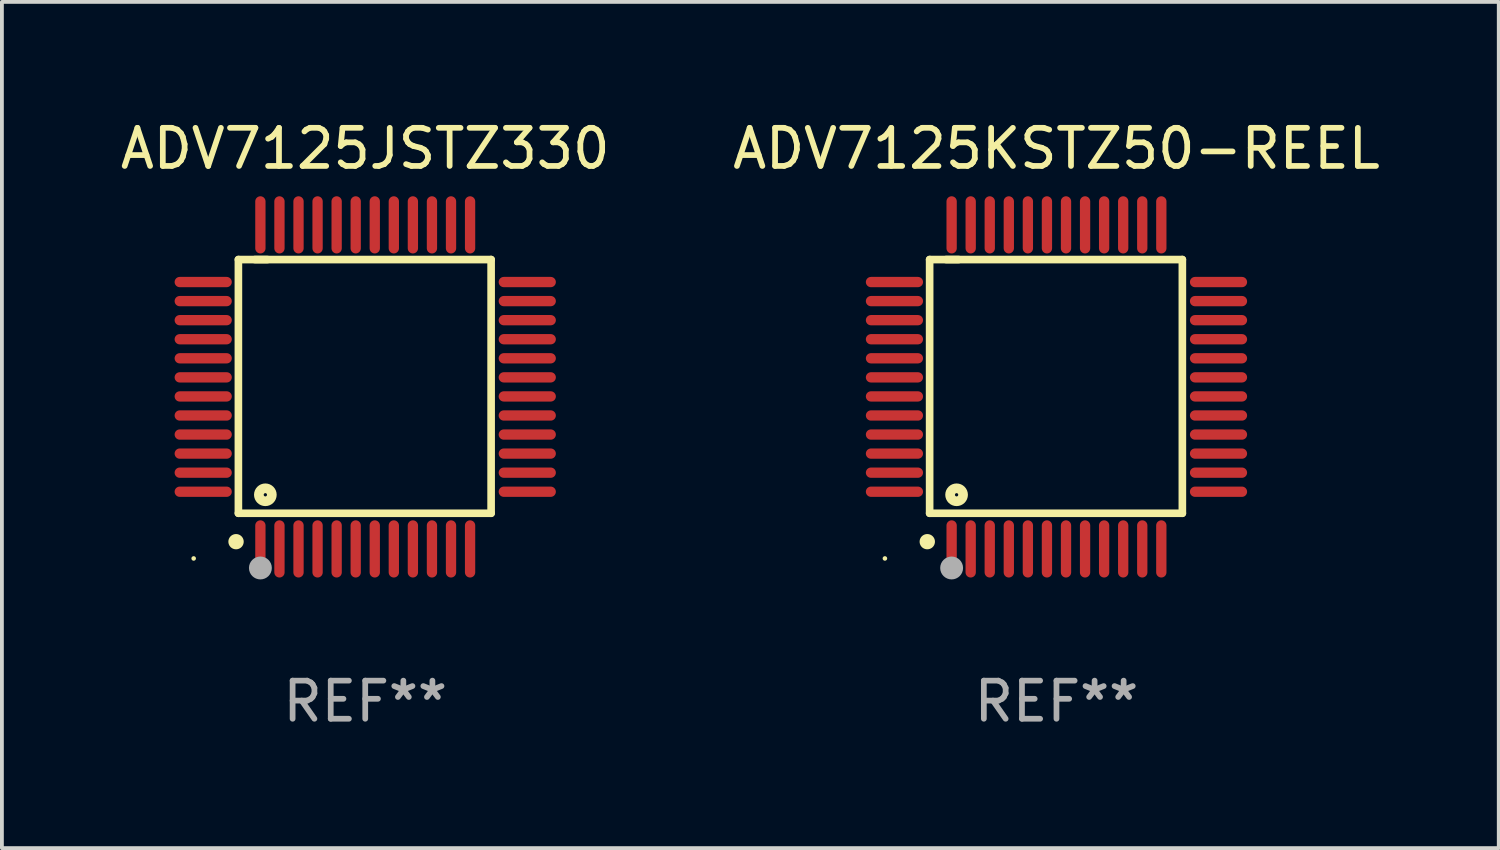
<source format=kicad_pcb>
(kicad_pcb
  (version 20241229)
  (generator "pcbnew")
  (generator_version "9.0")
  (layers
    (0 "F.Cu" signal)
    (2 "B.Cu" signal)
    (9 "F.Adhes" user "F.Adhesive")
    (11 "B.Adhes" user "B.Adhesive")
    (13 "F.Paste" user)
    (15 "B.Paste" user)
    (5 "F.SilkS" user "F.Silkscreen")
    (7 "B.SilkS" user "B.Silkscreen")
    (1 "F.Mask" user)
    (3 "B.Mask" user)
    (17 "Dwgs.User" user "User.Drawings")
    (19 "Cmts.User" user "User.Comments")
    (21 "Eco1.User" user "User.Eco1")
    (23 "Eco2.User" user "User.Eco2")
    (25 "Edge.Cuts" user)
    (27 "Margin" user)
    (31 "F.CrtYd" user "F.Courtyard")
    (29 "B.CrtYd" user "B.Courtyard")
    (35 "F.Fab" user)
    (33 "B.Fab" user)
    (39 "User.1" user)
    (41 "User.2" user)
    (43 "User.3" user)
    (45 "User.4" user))
  (footprint "ADV7125KSTZ50-REEL"
    (layer "F.Cu")
    (at 24.661 7.098)
    (property "Reference" "ADV7125KSTZ50-REEL" (at 0 -6.25 0) (layer "F.SilkS") (effects (font (size 1 1) (thickness 0.15))))
    (attr through_hole)
    (fp_line (start -3.327 -3.34) (end -2.565 -3.34) (stroke (width 0.2) (type solid)) (layer "F.SilkS"))
    (fp_line (start -3.327 3.315) (end -3.327 -3.34) (stroke (width 0.2) (type solid)) (layer "F.SilkS"))
    (fp_line (start -2.896 -3.34) (end 3.302 -3.34) (stroke (width 0.2) (type solid)) (layer "F.SilkS"))
    (fp_line (start 3.302 -3.34) (end 3.302 3.315) (stroke (width 0.2) (type solid)) (layer "F.SilkS"))
    (fp_line (start 3.302 3.315) (end -3.327 3.315) (stroke (width 0.2) (type solid)) (layer "F.SilkS"))
    (fp_arc (start -3.389992 4.059995) (mid -3.388722 4.059991) (end -3.387452 4.059995) (stroke (width 0.4) (type solid)) (layer "F.SilkS"))
    (fp_circle (center -4.5 4.5) (end -4.47 4.5) (stroke (width 0.06) (type solid)) (fill no) (layer "F.SilkS"))
    (fp_circle (center -2.62 2.83) (end -2.45 2.83) (stroke (width 0.254) (type solid)) (fill no) (layer "F.SilkS"))
    (fp_circle (center -2.75 4.75) (end -2.6 4.75) (stroke (width 0.3) (type solid)) (fill no) (layer "F.Fab"))
    (fp_text user "REF**" (at 0 8.25 0) (layer "F.Fab") (effects (font (size 1 1) (thickness 0.15))))
    (pad "1" smd oval (at -2.75 4.25) (size 0.27 1.5) (layers "F.Cu" "F.Mask" "F.Paste"))
    (pad "2" smd oval (at -2.25 4.25) (size 0.27 1.5) (layers "F.Cu" "F.Mask" "F.Paste"))
    (pad "3" smd oval (at -1.75 4.25) (size 0.27 1.5) (layers "F.Cu" "F.Mask" "F.Paste"))
    (pad "4" smd oval (at -1.25 4.25) (size 0.27 1.5) (layers "F.Cu" "F.Mask" "F.Paste"))
    (pad "5" smd oval (at -0.75 4.25) (size 0.27 1.5) (layers "F.Cu" "F.Mask" "F.Paste"))
    (pad "6" smd oval (at -0.25 4.25) (size 0.27 1.5) (layers "F.Cu" "F.Mask" "F.Paste"))
    (pad "7" smd oval (at 0.25 4.25) (size 0.27 1.5) (layers "F.Cu" "F.Mask" "F.Paste"))
    (pad "8" smd oval (at 0.75 4.25) (size 0.27 1.5) (layers "F.Cu" "F.Mask" "F.Paste"))
    (pad "9" smd oval (at 1.25 4.25) (size 0.27 1.5) (layers "F.Cu" "F.Mask" "F.Paste"))
    (pad "10" smd oval (at 1.75 4.25) (size 0.27 1.5) (layers "F.Cu" "F.Mask" "F.Paste"))
    (pad "11" smd oval (at 2.25 4.25) (size 0.27 1.5) (layers "F.Cu" "F.Mask" "F.Paste"))
    (pad "12" smd oval (at 2.75 4.25) (size 0.27 1.5) (layers "F.Cu" "F.Mask" "F.Paste"))
    (pad "13" smd oval (at 4.25 2.75) (size 1.5 0.27) (layers "F.Cu" "F.Mask" "F.Paste"))
    (pad "14" smd oval (at 4.25 2.25) (size 1.5 0.27) (layers "F.Cu" "F.Mask" "F.Paste"))
    (pad "15" smd oval (at 4.25 1.75) (size 1.5 0.27) (layers "F.Cu" "F.Mask" "F.Paste"))
    (pad "16" smd oval (at 4.25 1.25) (size 1.5 0.27) (layers "F.Cu" "F.Mask" "F.Paste"))
    (pad "17" smd oval (at 4.25 0.75) (size 1.5 0.27) (layers "F.Cu" "F.Mask" "F.Paste"))
    (pad "18" smd oval (at 4.25 0.25) (size 1.5 0.27) (layers "F.Cu" "F.Mask" "F.Paste"))
    (pad "19" smd oval (at 4.25 -0.25) (size 1.5 0.27) (layers "F.Cu" "F.Mask" "F.Paste"))
    (pad "20" smd oval (at 4.25 -0.75) (size 1.5 0.27) (layers "F.Cu" "F.Mask" "F.Paste"))
    (pad "21" smd oval (at 4.25 -1.25) (size 1.5 0.27) (layers "F.Cu" "F.Mask" "F.Paste"))
    (pad "22" smd oval (at 4.25 -1.75) (size 1.5 0.27) (layers "F.Cu" "F.Mask" "F.Paste"))
    (pad "23" smd oval (at 4.25 -2.25) (size 1.5 0.27) (layers "F.Cu" "F.Mask" "F.Paste"))
    (pad "24" smd oval (at 4.25 -2.75) (size 1.5 0.27) (layers "F.Cu" "F.Mask" "F.Paste"))
    (pad "25" smd oval (at 2.75 -4.25) (size 0.27 1.5) (layers "F.Cu" "F.Mask" "F.Paste"))
    (pad "26" smd oval (at 2.25 -4.25) (size 0.27 1.5) (layers "F.Cu" "F.Mask" "F.Paste"))
    (pad "27" smd oval (at 1.75 -4.25) (size 0.27 1.5) (layers "F.Cu" "F.Mask" "F.Paste"))
    (pad "28" smd oval (at 1.25 -4.25) (size 0.27 1.5) (layers "F.Cu" "F.Mask" "F.Paste"))
    (pad "29" smd oval (at 0.75 -4.25) (size 0.27 1.5) (layers "F.Cu" "F.Mask" "F.Paste"))
    (pad "30" smd oval (at 0.25 -4.25) (size 0.27 1.5) (layers "F.Cu" "F.Mask" "F.Paste"))
    (pad "31" smd oval (at -0.25 -4.25) (size 0.27 1.5) (layers "F.Cu" "F.Mask" "F.Paste"))
    (pad "32" smd oval (at -0.75 -4.25) (size 0.27 1.5) (layers "F.Cu" "F.Mask" "F.Paste"))
    (pad "33" smd oval (at -1.25 -4.25) (size 0.27 1.5) (layers "F.Cu" "F.Mask" "F.Paste"))
    (pad "34" smd oval (at -1.75 -4.25) (size 0.27 1.5) (layers "F.Cu" "F.Mask" "F.Paste"))
    (pad "35" smd oval (at -2.25 -4.25) (size 0.27 1.5) (layers "F.Cu" "F.Mask" "F.Paste"))
    (pad "36" smd oval (at -2.75 -4.25) (size 0.27 1.5) (layers "F.Cu" "F.Mask" "F.Paste"))
    (pad "37" smd oval (at -4.25 -2.75) (size 1.5 0.27) (layers "F.Cu" "F.Mask" "F.Paste"))
    (pad "38" smd oval (at -4.25 -2.25) (size 1.5 0.27) (layers "F.Cu" "F.Mask" "F.Paste"))
    (pad "39" smd oval (at -4.25 -1.75) (size 1.5 0.27) (layers "F.Cu" "F.Mask" "F.Paste"))
    (pad "40" smd oval (at -4.25 -1.25) (size 1.5 0.27) (layers "F.Cu" "F.Mask" "F.Paste"))
    (pad "41" smd oval (at -4.25 -0.75) (size 1.5 0.27) (layers "F.Cu" "F.Mask" "F.Paste"))
    (pad "42" smd oval (at -4.25 -0.25) (size 1.5 0.27) (layers "F.Cu" "F.Mask" "F.Paste"))
    (pad "43" smd oval (at -4.25 0.25) (size 1.5 0.27) (layers "F.Cu" "F.Mask" "F.Paste"))
    (pad "44" smd oval (at -4.25 0.75) (size 1.5 0.27) (layers "F.Cu" "F.Mask" "F.Paste"))
    (pad "45" smd oval (at -4.25 1.25) (size 1.5 0.27) (layers "F.Cu" "F.Mask" "F.Paste"))
    (pad "46" smd oval (at -4.25 1.75) (size 1.5 0.27) (layers "F.Cu" "F.Mask" "F.Paste"))
    (pad "47" smd oval (at -4.25 2.25) (size 1.5 0.27) (layers "F.Cu" "F.Mask" "F.Paste"))
    (pad "48" smd oval (at -4.25 2.75) (size 1.5 0.27) (layers "F.Cu" "F.Mask" "F.Paste")))
  (footprint "ADV7125JSTZ330"
    (layer "F.Cu")
    (at 6.53 7.098)
    (property "Reference" "ADV7125JSTZ330" (at 0 -6.25 0) (layer "F.SilkS") (effects (font (size 1 1) (thickness 0.15))))
    (attr through_hole)
    (fp_line (start -3.327 -3.34) (end -2.565 -3.34) (stroke (width 0.2) (type solid)) (layer "F.SilkS"))
    (fp_line (start -3.327 3.315) (end -3.327 -3.34) (stroke (width 0.2) (type solid)) (layer "F.SilkS"))
    (fp_line (start -2.896 -3.34) (end 3.302 -3.34) (stroke (width 0.2) (type solid)) (layer "F.SilkS"))
    (fp_line (start 3.302 -3.34) (end 3.302 3.315) (stroke (width 0.2) (type solid)) (layer "F.SilkS"))
    (fp_line (start 3.302 3.315) (end -3.327 3.315) (stroke (width 0.2) (type solid)) (layer "F.SilkS"))
    (fp_arc (start -3.389992 4.059995) (mid -3.388722 4.059991) (end -3.387452 4.059995) (stroke (width 0.4) (type solid)) (layer "F.SilkS"))
    (fp_circle (center -4.5 4.5) (end -4.47 4.5) (stroke (width 0.06) (type solid)) (fill no) (layer "F.SilkS"))
    (fp_circle (center -2.62 2.83) (end -2.45 2.83) (stroke (width 0.254) (type solid)) (fill no) (layer "F.SilkS"))
    (fp_circle (center -2.75 4.75) (end -2.6 4.75) (stroke (width 0.3) (type solid)) (fill no) (layer "F.Fab"))
    (fp_text user "REF**" (at 0 8.25 0) (layer "F.Fab") (effects (font (size 1 1) (thickness 0.15))))
    (pad "1" smd oval (at -2.75 4.25) (size 0.27 1.5) (layers "F.Cu" "F.Mask" "F.Paste"))
    (pad "2" smd oval (at -2.25 4.25) (size 0.27 1.5) (layers "F.Cu" "F.Mask" "F.Paste"))
    (pad "3" smd oval (at -1.75 4.25) (size 0.27 1.5) (layers "F.Cu" "F.Mask" "F.Paste"))
    (pad "4" smd oval (at -1.25 4.25) (size 0.27 1.5) (layers "F.Cu" "F.Mask" "F.Paste"))
    (pad "5" smd oval (at -0.75 4.25) (size 0.27 1.5) (layers "F.Cu" "F.Mask" "F.Paste"))
    (pad "6" smd oval (at -0.25 4.25) (size 0.27 1.5) (layers "F.Cu" "F.Mask" "F.Paste"))
    (pad "7" smd oval (at 0.25 4.25) (size 0.27 1.5) (layers "F.Cu" "F.Mask" "F.Paste"))
    (pad "8" smd oval (at 0.75 4.25) (size 0.27 1.5) (layers "F.Cu" "F.Mask" "F.Paste"))
    (pad "9" smd oval (at 1.25 4.25) (size 0.27 1.5) (layers "F.Cu" "F.Mask" "F.Paste"))
    (pad "10" smd oval (at 1.75 4.25) (size 0.27 1.5) (layers "F.Cu" "F.Mask" "F.Paste"))
    (pad "11" smd oval (at 2.25 4.25) (size 0.27 1.5) (layers "F.Cu" "F.Mask" "F.Paste"))
    (pad "12" smd oval (at 2.75 4.25) (size 0.27 1.5) (layers "F.Cu" "F.Mask" "F.Paste"))
    (pad "13" smd oval (at 4.25 2.75) (size 1.5 0.27) (layers "F.Cu" "F.Mask" "F.Paste"))
    (pad "14" smd oval (at 4.25 2.25) (size 1.5 0.27) (layers "F.Cu" "F.Mask" "F.Paste"))
    (pad "15" smd oval (at 4.25 1.75) (size 1.5 0.27) (layers "F.Cu" "F.Mask" "F.Paste"))
    (pad "16" smd oval (at 4.25 1.25) (size 1.5 0.27) (layers "F.Cu" "F.Mask" "F.Paste"))
    (pad "17" smd oval (at 4.25 0.75) (size 1.5 0.27) (layers "F.Cu" "F.Mask" "F.Paste"))
    (pad "18" smd oval (at 4.25 0.25) (size 1.5 0.27) (layers "F.Cu" "F.Mask" "F.Paste"))
    (pad "19" smd oval (at 4.25 -0.25) (size 1.5 0.27) (layers "F.Cu" "F.Mask" "F.Paste"))
    (pad "20" smd oval (at 4.25 -0.75) (size 1.5 0.27) (layers "F.Cu" "F.Mask" "F.Paste"))
    (pad "21" smd oval (at 4.25 -1.25) (size 1.5 0.27) (layers "F.Cu" "F.Mask" "F.Paste"))
    (pad "22" smd oval (at 4.25 -1.75) (size 1.5 0.27) (layers "F.Cu" "F.Mask" "F.Paste"))
    (pad "23" smd oval (at 4.25 -2.25) (size 1.5 0.27) (layers "F.Cu" "F.Mask" "F.Paste"))
    (pad "24" smd oval (at 4.25 -2.75) (size 1.5 0.27) (layers "F.Cu" "F.Mask" "F.Paste"))
    (pad "25" smd oval (at 2.75 -4.25) (size 0.27 1.5) (layers "F.Cu" "F.Mask" "F.Paste"))
    (pad "26" smd oval (at 2.25 -4.25) (size 0.27 1.5) (layers "F.Cu" "F.Mask" "F.Paste"))
    (pad "27" smd oval (at 1.75 -4.25) (size 0.27 1.5) (layers "F.Cu" "F.Mask" "F.Paste"))
    (pad "28" smd oval (at 1.25 -4.25) (size 0.27 1.5) (layers "F.Cu" "F.Mask" "F.Paste"))
    (pad "29" smd oval (at 0.75 -4.25) (size 0.27 1.5) (layers "F.Cu" "F.Mask" "F.Paste"))
    (pad "30" smd oval (at 0.25 -4.25) (size 0.27 1.5) (layers "F.Cu" "F.Mask" "F.Paste"))
    (pad "31" smd oval (at -0.25 -4.25) (size 0.27 1.5) (layers "F.Cu" "F.Mask" "F.Paste"))
    (pad "32" smd oval (at -0.75 -4.25) (size 0.27 1.5) (layers "F.Cu" "F.Mask" "F.Paste"))
    (pad "33" smd oval (at -1.25 -4.25) (size 0.27 1.5) (layers "F.Cu" "F.Mask" "F.Paste"))
    (pad "34" smd oval (at -1.75 -4.25) (size 0.27 1.5) (layers "F.Cu" "F.Mask" "F.Paste"))
    (pad "35" smd oval (at -2.25 -4.25) (size 0.27 1.5) (layers "F.Cu" "F.Mask" "F.Paste"))
    (pad "36" smd oval (at -2.75 -4.25) (size 0.27 1.5) (layers "F.Cu" "F.Mask" "F.Paste"))
    (pad "37" smd oval (at -4.25 -2.75) (size 1.5 0.27) (layers "F.Cu" "F.Mask" "F.Paste"))
    (pad "38" smd oval (at -4.25 -2.25) (size 1.5 0.27) (layers "F.Cu" "F.Mask" "F.Paste"))
    (pad "39" smd oval (at -4.25 -1.75) (size 1.5 0.27) (layers "F.Cu" "F.Mask" "F.Paste"))
    (pad "40" smd oval (at -4.25 -1.25) (size 1.5 0.27) (layers "F.Cu" "F.Mask" "F.Paste"))
    (pad "41" smd oval (at -4.25 -0.75) (size 1.5 0.27) (layers "F.Cu" "F.Mask" "F.Paste"))
    (pad "42" smd oval (at -4.25 -0.25) (size 1.5 0.27) (layers "F.Cu" "F.Mask" "F.Paste"))
    (pad "43" smd oval (at -4.25 0.25) (size 1.5 0.27) (layers "F.Cu" "F.Mask" "F.Paste"))
    (pad "44" smd oval (at -4.25 0.75) (size 1.5 0.27) (layers "F.Cu" "F.Mask" "F.Paste"))
    (pad "45" smd oval (at -4.25 1.25) (size 1.5 0.27) (layers "F.Cu" "F.Mask" "F.Paste"))
    (pad "46" smd oval (at -4.25 1.75) (size 1.5 0.27) (layers "F.Cu" "F.Mask" "F.Paste"))
    (pad "47" smd oval (at -4.25 2.25) (size 1.5 0.27) (layers "F.Cu" "F.Mask" "F.Paste"))
    (pad "48" smd oval (at -4.25 2.75) (size 1.5 0.27) (layers "F.Cu" "F.Mask" "F.Paste")))
  (gr_rect
    (start -3 -3)
    (end 36.262 19.196)
    (stroke (width 0.1) (type default))
    (fill no)
    (layer "Edge.Cuts")))
</source>
